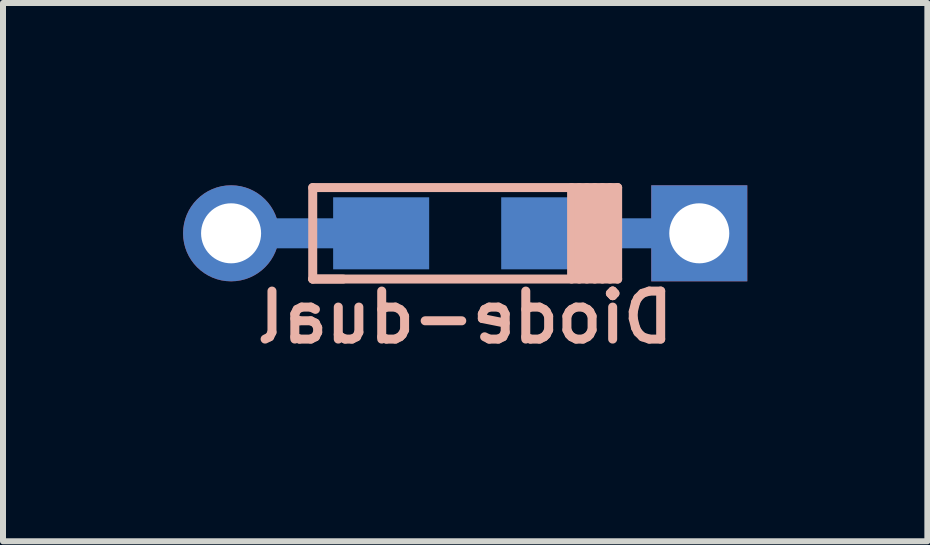
<source format=kicad_pcb>
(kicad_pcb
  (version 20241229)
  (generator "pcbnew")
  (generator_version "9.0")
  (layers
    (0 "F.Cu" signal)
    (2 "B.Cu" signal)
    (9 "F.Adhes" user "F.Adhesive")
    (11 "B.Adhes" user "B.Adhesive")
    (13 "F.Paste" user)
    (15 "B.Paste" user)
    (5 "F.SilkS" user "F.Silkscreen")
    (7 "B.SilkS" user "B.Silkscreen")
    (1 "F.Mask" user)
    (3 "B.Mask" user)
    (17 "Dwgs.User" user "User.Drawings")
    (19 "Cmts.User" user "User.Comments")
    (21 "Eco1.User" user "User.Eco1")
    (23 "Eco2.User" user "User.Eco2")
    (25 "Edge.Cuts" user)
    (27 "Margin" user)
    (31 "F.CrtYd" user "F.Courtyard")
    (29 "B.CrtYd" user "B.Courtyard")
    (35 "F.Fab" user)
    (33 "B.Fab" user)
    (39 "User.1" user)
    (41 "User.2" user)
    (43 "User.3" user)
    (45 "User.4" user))
  (footprint "Diode-dual"
    (layer "F.Cu")
    (at 4.7 0.837)
    (property "Reference" "Diode-dual" (at 0 1.4 0) (layer "B.SilkS") (effects (font (size 0.8 0.8) (thickness 0.15)) (justify mirror)))
    (attr smd)
    (fp_line (start -2.54 -0.762) (end -2.54 0.762) (stroke (width 0.15) (type solid)) (layer "B.SilkS"))
    (fp_line (start -2.54 0.762) (end -2.032 0.762) (stroke (width 0.15) (type solid)) (layer "B.SilkS"))
    (fp_line (start -2.54 0.762) (end 2.54 0.762) (stroke (width 0.15) (type solid)) (layer "B.SilkS"))
    (fp_line (start 1.773 0.762) (end 1.773 -0.762) (stroke (width 0.15) (type solid)) (layer "B.SilkS"))
    (fp_line (start 1.9 0.762) (end 1.9 -0.762) (stroke (width 0.15) (type solid)) (layer "B.SilkS"))
    (fp_line (start 2.027 -0.762) (end 2.027 0.762) (stroke (width 0.15) (type solid)) (layer "B.SilkS"))
    (fp_line (start 2.159 0.762) (end 2.159 -0.762) (stroke (width 0.15) (type solid)) (layer "B.SilkS"))
    (fp_line (start 2.286 -0.762) (end 2.286 0.762) (stroke (width 0.15) (type solid)) (layer "B.SilkS"))
    (fp_line (start 2.413 0.762) (end 2.413 -0.762) (stroke (width 0.15) (type solid)) (layer "B.SilkS"))
    (fp_line (start 2.54 -0.762) (end -2.54 -0.762) (stroke (width 0.15) (type solid)) (layer "B.SilkS"))
    (fp_line (start 2.54 0.762) (end 2.54 -0.762) (stroke (width 0.15) (type solid)) (layer "B.SilkS"))
    (pad "1" smd rect (at 1.4 0) (size 1.6 1.2) (layers "B.Cu" "B.Mask" "B.Paste"))
    (pad "1" smd rect (at 2.5 0) (size 2.9 0.5) (layers "B.Cu"))
    (pad "1" thru_hole rect (at 3.9 0) (size 1.6 1.6) (drill 1) (layers "*.Cu" "*.Mask"))
    (pad "2" thru_hole circle (at -3.9 0) (size 1.6 1.6) (drill 1) (layers "*.Cu" "*.Mask"))
    (pad "2" smd rect (at -2.5 0) (size 2.9 0.5) (layers "B.Cu"))
    (pad "2" smd rect (at -1.4 0) (size 1.6 1.2) (layers "B.Cu" "B.Mask" "B.Paste")))
  (gr_rect
    (start -3 -3)
    (end 12.4 5.968)
    (stroke (width 0.1) (type default))
    (fill no)
    (layer "Edge.Cuts")))
</source>
